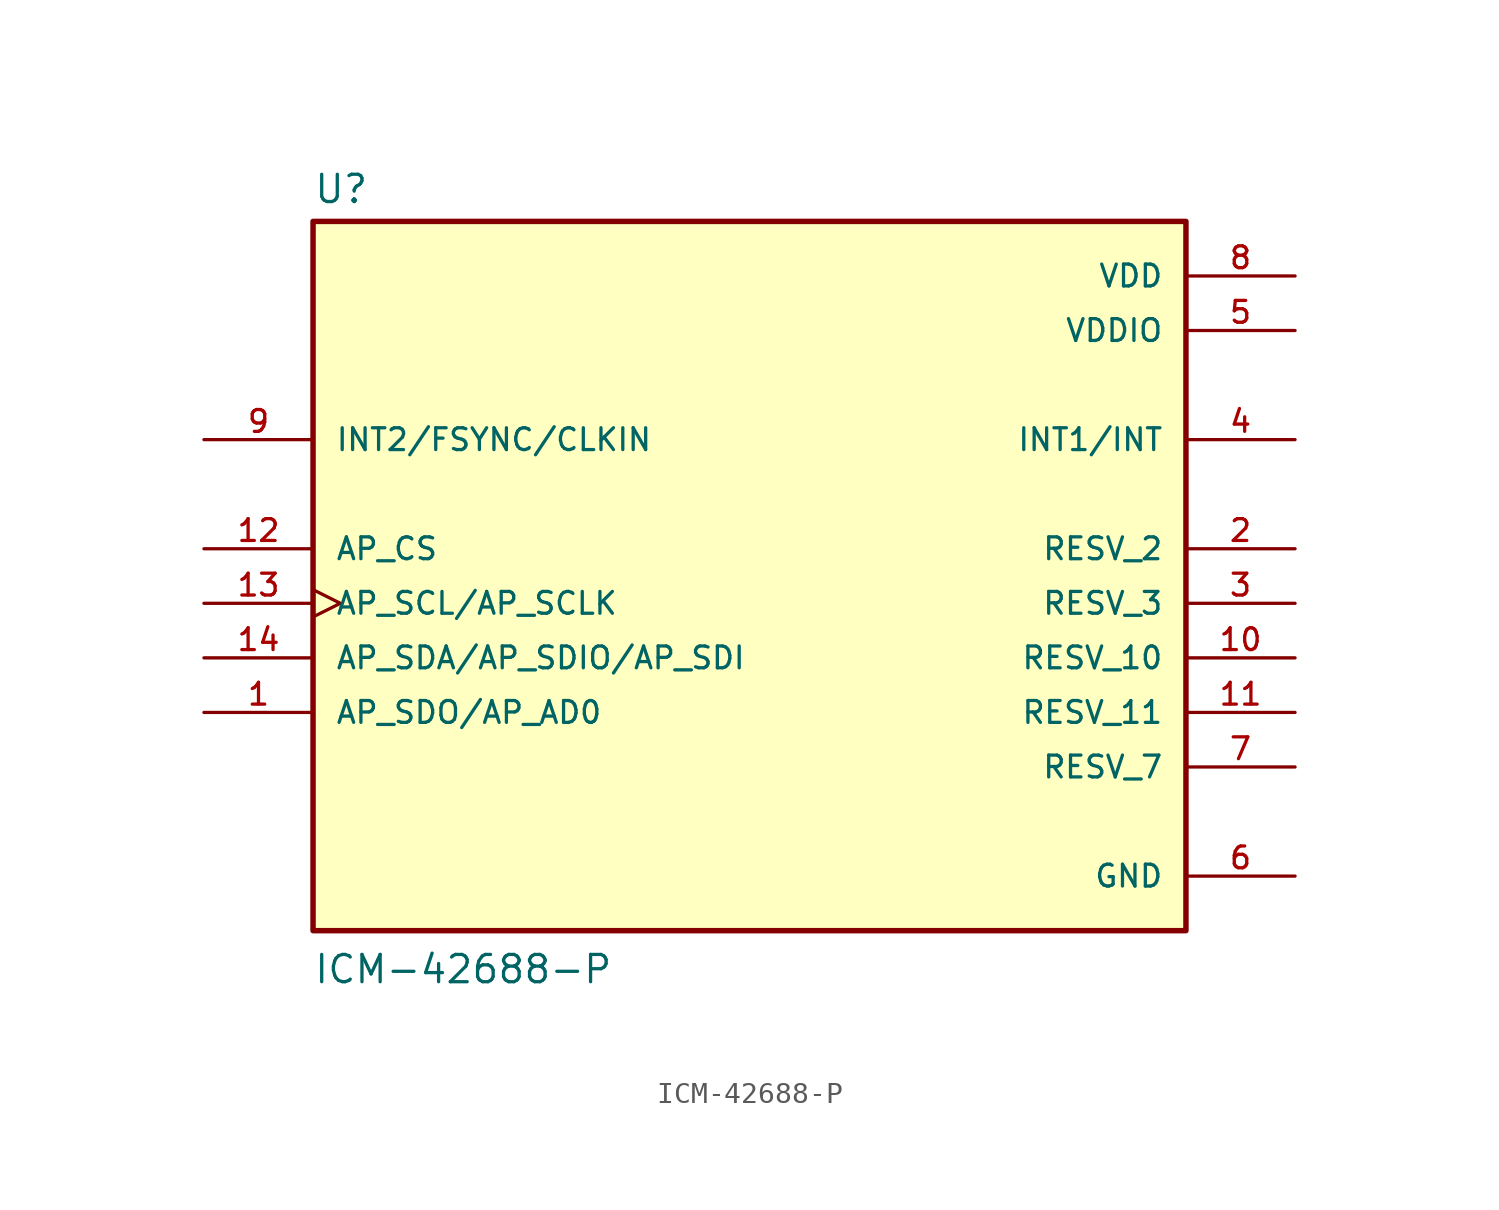
<source format=kicad_sym>
(kicad_symbol_lib
  (version 20220914)
  (generator kicad_symbol_editor)
  (symbol "ICM-42688-P"
    (pin_names
      (offset 1.016))
    (property "Reference" "U"
      (at -20.32 16.002 0)
      (effects (font (size 1.27 1.27)) (justify left bottom)))
    (property "Value" "ICM-42688-P"
      (at -20.32 -20.32 0)
      (effects (font (size 1.27 1.27)) (justify left bottom)))
    (symbol "ICM-42688-P_0_0"
      (rectangle (start -20.32 -17.78) (end 20.32 15.24) (stroke (width 0.254) (type default)) (fill (type background)))
      (pin bidirectional line (at -25.4 -7.62 0) (length 5.08) (name "AP_SDO/AP_AD0" (effects (font (size 1.016 1.016)))) (number "1" (effects (font (size 1.016 1.016)))))
      (pin passive line (at 25.4 -5.08 180) (length 5.08) (name "RESV_10" (effects (font (size 1.016 1.016)))) (number "10" (effects (font (size 1.016 1.016)))))
      (pin passive line (at 25.4 -7.62 180) (length 5.08) (name "RESV_11" (effects (font (size 1.016 1.016)))) (number "11" (effects (font (size 1.016 1.016)))))
      (pin input line (at -25.4 0 0) (length 5.08) (name "AP_CS" (effects (font (size 1.016 1.016)))) (number "12" (effects (font (size 1.016 1.016)))))
      (pin input clock (at -25.4 -2.54 0) (length 5.08) (name "AP_SCL/AP_SCLK" (effects (font (size 1.016 1.016)))) (number "13" (effects (font (size 1.016 1.016)))))
      (pin bidirectional line (at -25.4 -5.08 0) (length 5.08) (name "AP_SDA/AP_SDIO/AP_SDI" (effects (font (size 1.016 1.016)))) (number "14" (effects (font (size 1.016 1.016)))))
      (pin passive line (at 25.4 0 180) (length 5.08) (name "RESV_2" (effects (font (size 1.016 1.016)))) (number "2" (effects (font (size 1.016 1.016)))))
      (pin passive line (at 25.4 -2.54 180) (length 5.08) (name "RESV_3" (effects (font (size 1.016 1.016)))) (number "3" (effects (font (size 1.016 1.016)))))
      (pin output line (at 25.4 5.08 180) (length 5.08) (name "INT1/INT" (effects (font (size 1.016 1.016)))) (number "4" (effects (font (size 1.016 1.016)))))
      (pin power_in line (at 25.4 10.16 180) (length 5.08) (name "VDDIO" (effects (font (size 1.016 1.016)))) (number "5" (effects (font (size 1.016 1.016)))))
      (pin passive line (at 25.4 -10.16 180) (length 5.08) (name "RESV_7" (effects (font (size 1.016 1.016)))) (number "7" (effects (font (size 1.016 1.016)))))
      (pin power_in line (at 25.4 12.7 180) (length 5.08) (name "VDD" (effects (font (size 1.016 1.016)))) (number "8" (effects (font (size 1.016 1.016)))))
      (pin bidirectional line (at -25.4 5.08 0) (length 5.08) (name "INT2/FSYNC/CLKIN" (effects (font (size 1.016 1.016)))) (number "9" (effects (font (size 1.016 1.016))))))
    (symbol "ICM-42688-P_1_0"
      (pin power_in line (at 25.4 -15.24 180) (length 5.08) (name "GND" (effects (font (size 1.016 1.016)))) (number "6" (effects (font (size 1.016 1.016))))))))
</source>
